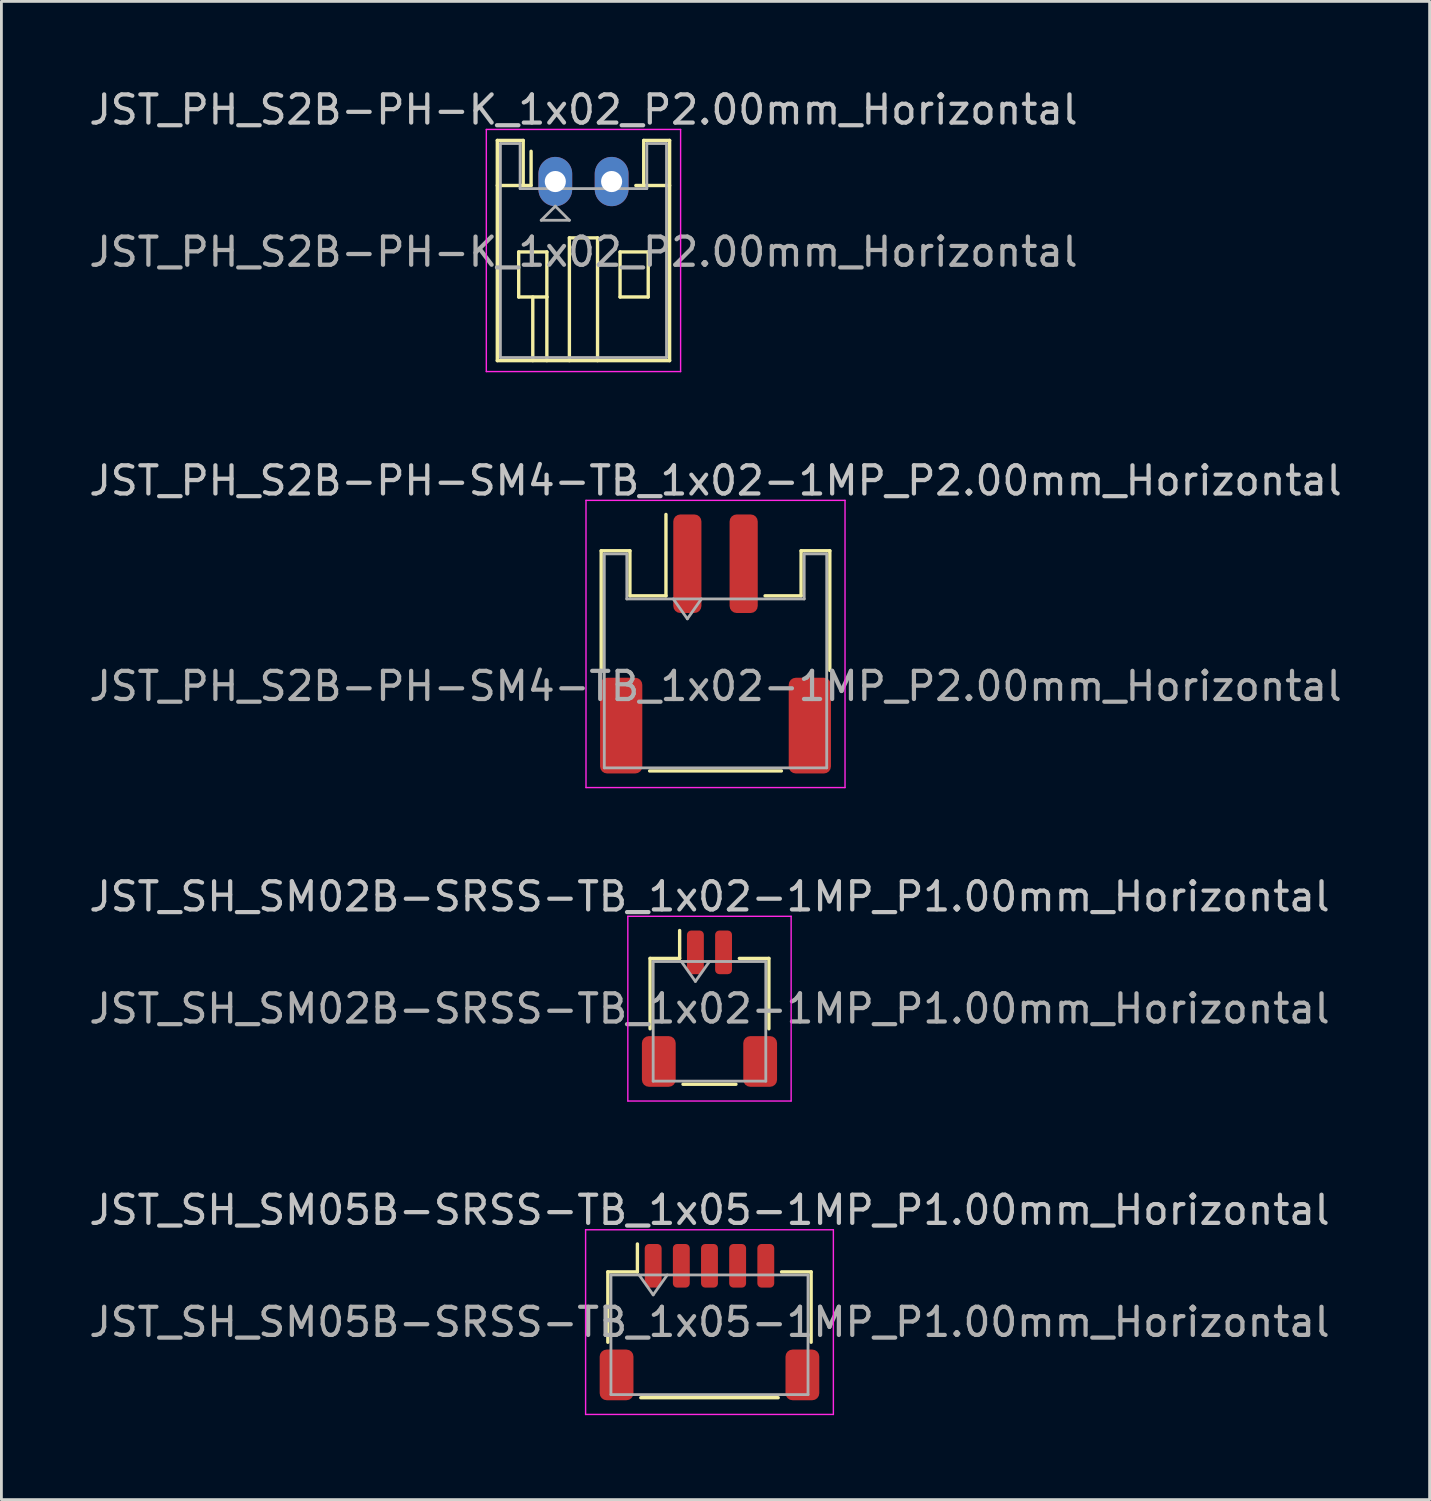
<source format=kicad_pcb>
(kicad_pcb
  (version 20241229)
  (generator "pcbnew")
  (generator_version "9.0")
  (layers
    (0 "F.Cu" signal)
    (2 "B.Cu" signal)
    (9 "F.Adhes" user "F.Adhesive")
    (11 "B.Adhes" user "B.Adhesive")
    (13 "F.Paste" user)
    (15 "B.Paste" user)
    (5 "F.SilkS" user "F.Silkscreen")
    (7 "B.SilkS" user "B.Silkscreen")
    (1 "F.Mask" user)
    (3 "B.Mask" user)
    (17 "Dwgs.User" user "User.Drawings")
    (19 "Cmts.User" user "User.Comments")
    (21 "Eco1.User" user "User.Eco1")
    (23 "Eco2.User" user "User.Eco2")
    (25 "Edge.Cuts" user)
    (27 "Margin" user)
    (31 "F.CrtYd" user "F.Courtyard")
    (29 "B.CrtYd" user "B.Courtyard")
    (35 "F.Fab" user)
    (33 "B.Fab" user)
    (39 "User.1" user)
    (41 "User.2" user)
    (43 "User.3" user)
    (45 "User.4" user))
  (footprint "JST_SH_SM02B-SRSS-TB_1x02-1MP_P1.00mm_Horizontal"
    (layer "F.Cu")
    (at 22.149 32.775)
    (property "Reference" "JST_SH_SM02B-SRSS-TB_1x02-1MP_P1.00mm_Horizontal" (at 0 -3.98 0) (layer "Dwgs.User") (effects (font (size 1 1) (thickness 0.15))))
    (attr smd)
    (fp_line (start -2.11 -1.785) (end -1.06 -1.785) (stroke (width 0.12) (type solid)) (layer "F.SilkS"))
    (fp_line (start -2.11 0.715) (end -2.11 -1.785) (stroke (width 0.12) (type solid)) (layer "F.SilkS"))
    (fp_line (start -1.06 -1.785) (end -1.06 -2.775) (stroke (width 0.12) (type solid)) (layer "F.SilkS"))
    (fp_line (start -0.94 2.685) (end 0.94 2.685) (stroke (width 0.12) (type solid)) (layer "F.SilkS"))
    (fp_line (start 2.11 -1.785) (end 1.06 -1.785) (stroke (width 0.12) (type solid)) (layer "F.SilkS"))
    (fp_line (start 2.11 0.715) (end 2.11 -1.785) (stroke (width 0.12) (type solid)) (layer "F.SilkS"))
    (fp_line (start -2.9 -3.28) (end -2.9 3.28) (stroke (width 0.05) (type solid)) (layer "F.CrtYd"))
    (fp_line (start -2.9 3.28) (end 2.9 3.28) (stroke (width 0.05) (type solid)) (layer "F.CrtYd"))
    (fp_line (start 2.9 -3.28) (end -2.9 -3.28) (stroke (width 0.05) (type solid)) (layer "F.CrtYd"))
    (fp_line (start 2.9 3.28) (end 2.9 -3.28) (stroke (width 0.05) (type solid)) (layer "F.CrtYd"))
    (fp_line (start -2 -1.675) (end -2 2.575) (stroke (width 0.1) (type solid)) (layer "F.Fab"))
    (fp_line (start -2 -1.675) (end 2 -1.675) (stroke (width 0.1) (type solid)) (layer "F.Fab"))
    (fp_line (start -2 2.575) (end 2 2.575) (stroke (width 0.1) (type solid)) (layer "F.Fab"))
    (fp_line (start -1 -1.675) (end -0.5 -0.968) (stroke (width 0.1) (type solid)) (layer "F.Fab"))
    (fp_line (start -0.5 -0.968) (end 0 -1.675) (stroke (width 0.1) (type solid)) (layer "F.Fab"))
    (fp_line (start 2 -1.675) (end 2 2.575) (stroke (width 0.1) (type solid)) (layer "F.Fab"))
    (fp_text user "${REFERENCE}" (at 0 0 0) (layer "F.Fab") (effects (font (size 1 1) (thickness 0.15))))
    (pad "1" smd roundrect (at -0.5 -2) (size 0.6 1.55) (layers "F.Cu" "F.Mask" "F.Paste") (roundrect_rratio 0.25))
    (pad "2" smd roundrect (at 0.5 -2) (size 0.6 1.55) (layers "F.Cu" "F.Mask" "F.Paste") (roundrect_rratio 0.25))
    (pad "MP" smd roundrect (at -1.8 1.875) (size 1.2 1.8) (layers "F.Cu" "F.Mask" "F.Paste") (roundrect_rratio 0.208))
    (pad "MP" smd roundrect (at 1.8 1.875) (size 1.2 1.8) (layers "F.Cu" "F.Mask" "F.Paste") (roundrect_rratio 0.208)))
  (footprint "JST_PH_S2B-PH-SM4-TB_1x02-1MP_P2.00mm_Horizontal"
    (layer "F.Cu")
    (at 22.363 19.822)
    (property "Reference" "JST_PH_S2B-PH-SM4-TB_1x02-1MP_P2.00mm_Horizontal" (at 0 -5.8 0) (layer "Dwgs.User") (effects (font (size 1 1) (thickness 0.15))))
    (attr smd)
    (fp_line (start -4.06 -3.31) (end -3.04 -3.31) (stroke (width 0.12) (type solid)) (layer "F.SilkS"))
    (fp_line (start -4.06 0.94) (end -4.06 -3.31) (stroke (width 0.12) (type solid)) (layer "F.SilkS"))
    (fp_line (start -3.04 -3.31) (end -3.04 -1.71) (stroke (width 0.12) (type solid)) (layer "F.SilkS"))
    (fp_line (start -3.04 -1.71) (end -1.76 -1.71) (stroke (width 0.12) (type solid)) (layer "F.SilkS"))
    (fp_line (start -2.34 4.51) (end 2.34 4.51) (stroke (width 0.12) (type solid)) (layer "F.SilkS"))
    (fp_line (start -1.76 -1.71) (end -1.76 -4.6) (stroke (width 0.12) (type solid)) (layer "F.SilkS"))
    (fp_line (start 3.04 -3.31) (end 3.04 -1.71) (stroke (width 0.12) (type solid)) (layer "F.SilkS"))
    (fp_line (start 3.04 -1.71) (end 1.76 -1.71) (stroke (width 0.12) (type solid)) (layer "F.SilkS"))
    (fp_line (start 4.06 -3.31) (end 3.04 -3.31) (stroke (width 0.12) (type solid)) (layer "F.SilkS"))
    (fp_line (start 4.06 0.94) (end 4.06 -3.31) (stroke (width 0.12) (type solid)) (layer "F.SilkS"))
    (fp_line (start -4.6 -5.1) (end -4.6 5.1) (stroke (width 0.05) (type solid)) (layer "F.CrtYd"))
    (fp_line (start -4.6 5.1) (end 4.6 5.1) (stroke (width 0.05) (type solid)) (layer "F.CrtYd"))
    (fp_line (start 4.6 -5.1) (end -4.6 -5.1) (stroke (width 0.05) (type solid)) (layer "F.CrtYd"))
    (fp_line (start 4.6 5.1) (end 4.6 -5.1) (stroke (width 0.05) (type solid)) (layer "F.CrtYd"))
    (fp_line (start -3.95 -3.2) (end -3.95 4.4) (stroke (width 0.1) (type solid)) (layer "F.Fab"))
    (fp_line (start -3.95 -3.2) (end -3.15 -3.2) (stroke (width 0.1) (type solid)) (layer "F.Fab"))
    (fp_line (start -3.95 4.4) (end 3.95 4.4) (stroke (width 0.1) (type solid)) (layer "F.Fab"))
    (fp_line (start -3.15 -3.2) (end -3.15 -1.6) (stroke (width 0.1) (type solid)) (layer "F.Fab"))
    (fp_line (start -3.15 -1.6) (end 3.15 -1.6) (stroke (width 0.1) (type solid)) (layer "F.Fab"))
    (fp_line (start -1.5 -1.6) (end -1 -0.893) (stroke (width 0.1) (type solid)) (layer "F.Fab"))
    (fp_line (start -1 -0.893) (end -0.5 -1.6) (stroke (width 0.1) (type solid)) (layer "F.Fab"))
    (fp_line (start 3.15 -3.2) (end 3.95 -3.2) (stroke (width 0.1) (type solid)) (layer "F.Fab"))
    (fp_line (start 3.15 -1.6) (end 3.15 -3.2) (stroke (width 0.1) (type solid)) (layer "F.Fab"))
    (fp_line (start 3.95 -3.2) (end 3.95 4.4) (stroke (width 0.1) (type solid)) (layer "F.Fab"))
    (fp_text user "${REFERENCE}" (at 0 1.5 0) (layer "F.Fab") (effects (font (size 1 1) (thickness 0.15))))
    (pad "1" smd roundrect (at -1 -2.85) (size 1 3.5) (layers "F.Cu" "F.Mask" "F.Paste") (roundrect_rratio 0.25))
    (pad "2" smd roundrect (at 1 -2.85) (size 1 3.5) (layers "F.Cu" "F.Mask" "F.Paste") (roundrect_rratio 0.25))
    (pad "MP" smd roundrect (at -3.35 2.9) (size 1.5 3.4) (layers "F.Cu" "F.Mask" "F.Paste") (roundrect_rratio 0.167))
    (pad "MP" smd roundrect (at 3.35 2.9) (size 1.5 3.4) (layers "F.Cu" "F.Mask" "F.Paste") (roundrect_rratio 0.167)))
  (footprint "JST_SH_SM05B-SRSS-TB_1x05-1MP_P1.00mm_Horizontal"
    (layer "F.Cu")
    (at 22.149 43.908)
    (property "Reference" "JST_SH_SM05B-SRSS-TB_1x05-1MP_P1.00mm_Horizontal" (at 0 -3.98 0) (layer "Dwgs.User") (effects (font (size 1 1) (thickness 0.15))))
    (attr smd)
    (fp_line (start -3.61 -1.785) (end -2.56 -1.785) (stroke (width 0.12) (type solid)) (layer "F.SilkS"))
    (fp_line (start -3.61 0.715) (end -3.61 -1.785) (stroke (width 0.12) (type solid)) (layer "F.SilkS"))
    (fp_line (start -2.56 -1.785) (end -2.56 -2.775) (stroke (width 0.12) (type solid)) (layer "F.SilkS"))
    (fp_line (start -2.44 2.685) (end 2.44 2.685) (stroke (width 0.12) (type solid)) (layer "F.SilkS"))
    (fp_line (start 3.61 -1.785) (end 2.56 -1.785) (stroke (width 0.12) (type solid)) (layer "F.SilkS"))
    (fp_line (start 3.61 0.715) (end 3.61 -1.785) (stroke (width 0.12) (type solid)) (layer "F.SilkS"))
    (fp_line (start -4.4 -3.28) (end -4.4 3.28) (stroke (width 0.05) (type solid)) (layer "F.CrtYd"))
    (fp_line (start -4.4 3.28) (end 4.4 3.28) (stroke (width 0.05) (type solid)) (layer "F.CrtYd"))
    (fp_line (start 4.4 -3.28) (end -4.4 -3.28) (stroke (width 0.05) (type solid)) (layer "F.CrtYd"))
    (fp_line (start 4.4 3.28) (end 4.4 -3.28) (stroke (width 0.05) (type solid)) (layer "F.CrtYd"))
    (fp_line (start -3.5 -1.675) (end -3.5 2.575) (stroke (width 0.1) (type solid)) (layer "F.Fab"))
    (fp_line (start -3.5 -1.675) (end 3.5 -1.675) (stroke (width 0.1) (type solid)) (layer "F.Fab"))
    (fp_line (start -3.5 2.575) (end 3.5 2.575) (stroke (width 0.1) (type solid)) (layer "F.Fab"))
    (fp_line (start -2.5 -1.675) (end -2 -0.968) (stroke (width 0.1) (type solid)) (layer "F.Fab"))
    (fp_line (start -2 -0.968) (end -1.5 -1.675) (stroke (width 0.1) (type solid)) (layer "F.Fab"))
    (fp_line (start 3.5 -1.675) (end 3.5 2.575) (stroke (width 0.1) (type solid)) (layer "F.Fab"))
    (fp_text user "${REFERENCE}" (at 0 0 0) (layer "F.Fab") (effects (font (size 1 1) (thickness 0.15))))
    (pad "1" smd roundrect (at -2 -2) (size 0.6 1.55) (layers "F.Cu" "F.Mask" "F.Paste") (roundrect_rratio 0.25))
    (pad "2" smd roundrect (at -1 -2) (size 0.6 1.55) (layers "F.Cu" "F.Mask" "F.Paste") (roundrect_rratio 0.25))
    (pad "3" smd roundrect (at 0 -2) (size 0.6 1.55) (layers "F.Cu" "F.Mask" "F.Paste") (roundrect_rratio 0.25))
    (pad "4" smd roundrect (at 1 -2) (size 0.6 1.55) (layers "F.Cu" "F.Mask" "F.Paste") (roundrect_rratio 0.25))
    (pad "5" smd roundrect (at 2 -2) (size 0.6 1.55) (layers "F.Cu" "F.Mask" "F.Paste") (roundrect_rratio 0.25))
    (pad "MP" smd roundrect (at -3.3 1.875) (size 1.2 1.8) (layers "F.Cu" "F.Mask" "F.Paste") (roundrect_rratio 0.208))
    (pad "MP" smd roundrect (at 3.3 1.875) (size 1.2 1.8) (layers "F.Cu" "F.Mask" "F.Paste") (roundrect_rratio 0.208)))
  (footprint "JST_PH_S2B-PH-K_1x02_P2.00mm_Horizontal"
    (layer "F.Cu")
    (at 16.673 3.398)
    (property "Reference" "JST_PH_S2B-PH-K_1x02_P2.00mm_Horizontal" (at 1 -2.55 0) (layer "Dwgs.User") (effects (font (size 1 1) (thickness 0.15))))
    (attr through_hole)
    (fp_line (start -2.06 -1.46) (end -2.06 6.36) (stroke (width 0.12) (type solid)) (layer "F.SilkS"))
    (fp_line (start -2.06 0.14) (end -1.14 0.14) (stroke (width 0.12) (type solid)) (layer "F.SilkS"))
    (fp_line (start -2.06 6.36) (end 4.06 6.36) (stroke (width 0.12) (type solid)) (layer "F.SilkS"))
    (fp_line (start -1.3 2.5) (end -1.3 4.1) (stroke (width 0.12) (type solid)) (layer "F.SilkS"))
    (fp_line (start -1.3 4.1) (end -0.3 4.1) (stroke (width 0.12) (type solid)) (layer "F.SilkS"))
    (fp_line (start -1.14 -1.46) (end -2.06 -1.46) (stroke (width 0.12) (type solid)) (layer "F.SilkS"))
    (fp_line (start -1.14 0.14) (end -1.14 -1.46) (stroke (width 0.12) (type solid)) (layer "F.SilkS"))
    (fp_line (start -0.86 0.14) (end -1.14 0.14) (stroke (width 0.12) (type solid)) (layer "F.SilkS"))
    (fp_line (start -0.86 0.14) (end -0.86 -1.075) (stroke (width 0.12) (type solid)) (layer "F.SilkS"))
    (fp_line (start -0.8 4.1) (end -0.8 6.36) (stroke (width 0.12) (type solid)) (layer "F.SilkS"))
    (fp_line (start -0.3 2.5) (end -1.3 2.5) (stroke (width 0.12) (type solid)) (layer "F.SilkS"))
    (fp_line (start -0.3 4.1) (end -0.3 2.5) (stroke (width 0.12) (type solid)) (layer "F.SilkS"))
    (fp_line (start -0.3 4.1) (end -0.3 6.36) (stroke (width 0.12) (type solid)) (layer "F.SilkS"))
    (fp_line (start 0.5 2) (end 1.5 2) (stroke (width 0.12) (type solid)) (layer "F.SilkS"))
    (fp_line (start 0.5 6.36) (end 0.5 2) (stroke (width 0.12) (type solid)) (layer "F.SilkS"))
    (fp_line (start 1.5 2) (end 1.5 6.36) (stroke (width 0.12) (type solid)) (layer "F.SilkS"))
    (fp_line (start 2.3 2.5) (end 3.3 2.5) (stroke (width 0.12) (type solid)) (layer "F.SilkS"))
    (fp_line (start 2.3 4.1) (end 2.3 2.5) (stroke (width 0.12) (type solid)) (layer "F.SilkS"))
    (fp_line (start 3.14 -1.46) (end 3.14 0.14) (stroke (width 0.12) (type solid)) (layer "F.SilkS"))
    (fp_line (start 3.14 0.14) (end 2.86 0.14) (stroke (width 0.12) (type solid)) (layer "F.SilkS"))
    (fp_line (start 3.3 2.5) (end 3.3 4.1) (stroke (width 0.12) (type solid)) (layer "F.SilkS"))
    (fp_line (start 3.3 4.1) (end 2.3 4.1) (stroke (width 0.12) (type solid)) (layer "F.SilkS"))
    (fp_line (start 4.06 -1.46) (end 3.14 -1.46) (stroke (width 0.12) (type solid)) (layer "F.SilkS"))
    (fp_line (start 4.06 0.14) (end 3.14 0.14) (stroke (width 0.12) (type solid)) (layer "F.SilkS"))
    (fp_line (start 4.06 6.36) (end 4.06 -1.46) (stroke (width 0.12) (type solid)) (layer "F.SilkS"))
    (fp_line (start -2.45 -1.85) (end -2.45 6.75) (stroke (width 0.05) (type solid)) (layer "F.CrtYd"))
    (fp_line (start -2.45 6.75) (end 4.45 6.75) (stroke (width 0.05) (type solid)) (layer "F.CrtYd"))
    (fp_line (start 4.45 -1.85) (end -2.45 -1.85) (stroke (width 0.05) (type solid)) (layer "F.CrtYd"))
    (fp_line (start 4.45 6.75) (end 4.45 -1.85) (stroke (width 0.05) (type solid)) (layer "F.CrtYd"))
    (fp_line (start -1.95 -1.35) (end -1.95 6.25) (stroke (width 0.1) (type solid)) (layer "F.Fab"))
    (fp_line (start -1.95 6.25) (end 3.95 6.25) (stroke (width 0.1) (type solid)) (layer "F.Fab"))
    (fp_line (start -1.25 -1.35) (end -1.95 -1.35) (stroke (width 0.1) (type solid)) (layer "F.Fab"))
    (fp_line (start -1.25 0.25) (end -1.25 -1.35) (stroke (width 0.1) (type solid)) (layer "F.Fab"))
    (fp_line (start -0.5 1.375) (end 0.5 1.375) (stroke (width 0.1) (type solid)) (layer "F.Fab"))
    (fp_line (start 0 0.875) (end -0.5 1.375) (stroke (width 0.1) (type solid)) (layer "F.Fab"))
    (fp_line (start 0.5 1.375) (end 0 0.875) (stroke (width 0.1) (type solid)) (layer "F.Fab"))
    (fp_line (start 3.25 -1.35) (end 3.25 0.25) (stroke (width 0.1) (type solid)) (layer "F.Fab"))
    (fp_line (start 3.25 0.25) (end -1.25 0.25) (stroke (width 0.1) (type solid)) (layer "F.Fab"))
    (fp_line (start 3.95 -1.35) (end 3.25 -1.35) (stroke (width 0.1) (type solid)) (layer "F.Fab"))
    (fp_line (start 3.95 6.25) (end 3.95 -1.35) (stroke (width 0.1) (type solid)) (layer "F.Fab"))
    (fp_text user "${REFERENCE}" (at 1 2.5 0) (layer "F.Fab") (effects (font (size 1 1) (thickness 0.15))))
    (pad "1" thru_hole oval (at 0 0) (size 1.2 1.75) (drill 0.75) (layers "*.Cu" "*.Mask"))
    (pad "2" thru_hole oval (at 2 0) (size 1.2 1.75) (drill 0.75) (layers "*.Cu" "*.Mask")))
  (gr_rect
    (start -3 -3)
    (end 47.726 50.213)
    (stroke (width 0.1) (type default))
    (fill no)
    (layer "Edge.Cuts")))
</source>
